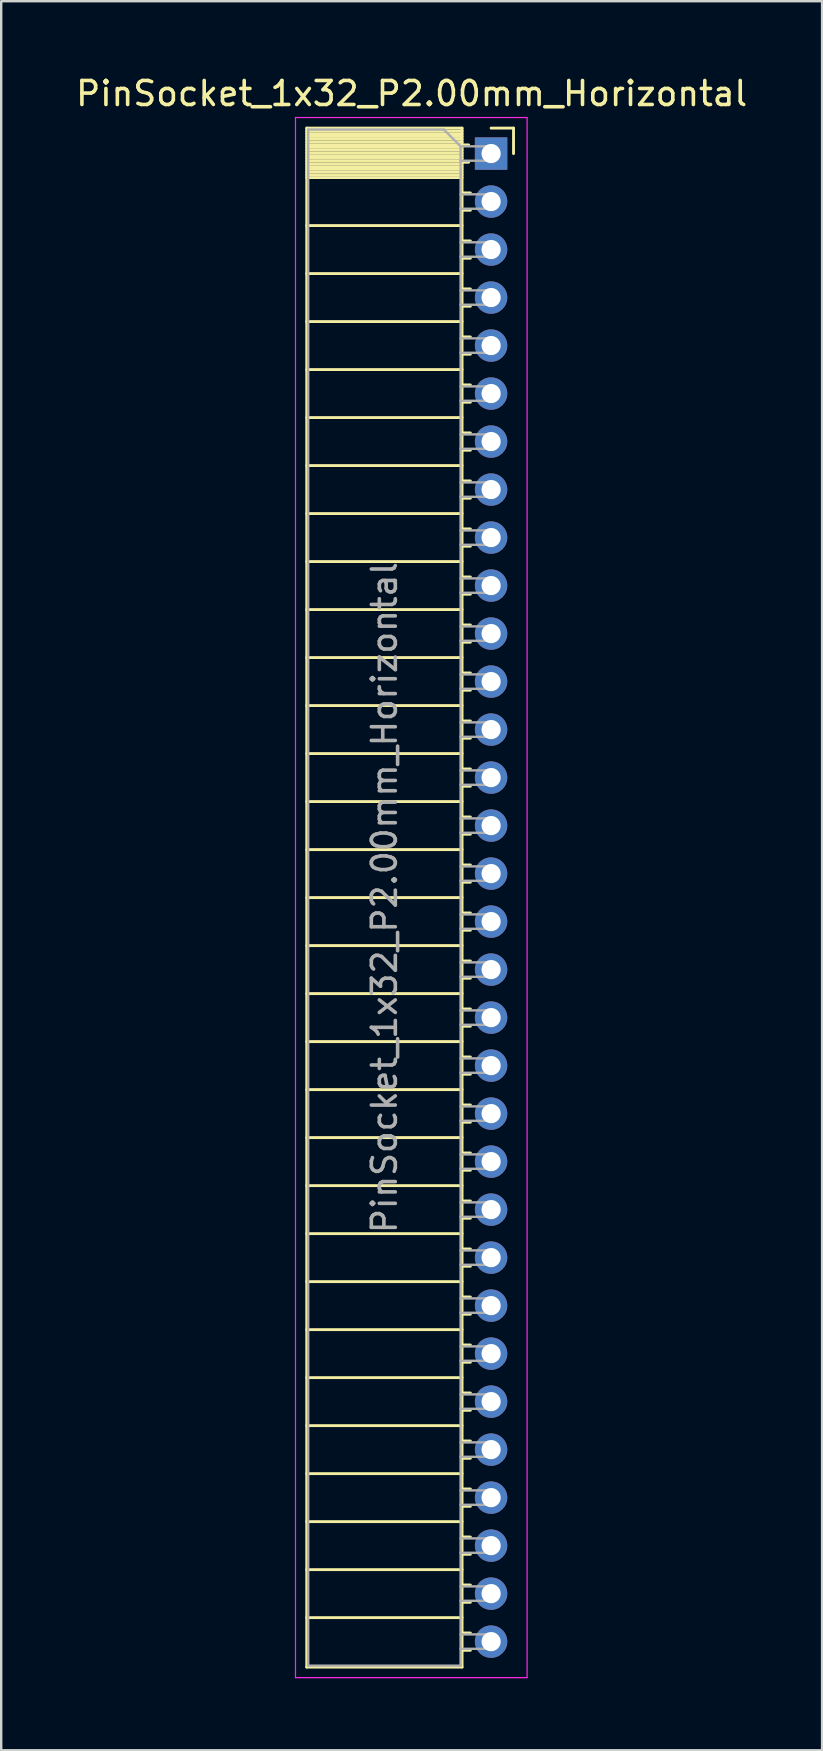
<source format=kicad_pcb>
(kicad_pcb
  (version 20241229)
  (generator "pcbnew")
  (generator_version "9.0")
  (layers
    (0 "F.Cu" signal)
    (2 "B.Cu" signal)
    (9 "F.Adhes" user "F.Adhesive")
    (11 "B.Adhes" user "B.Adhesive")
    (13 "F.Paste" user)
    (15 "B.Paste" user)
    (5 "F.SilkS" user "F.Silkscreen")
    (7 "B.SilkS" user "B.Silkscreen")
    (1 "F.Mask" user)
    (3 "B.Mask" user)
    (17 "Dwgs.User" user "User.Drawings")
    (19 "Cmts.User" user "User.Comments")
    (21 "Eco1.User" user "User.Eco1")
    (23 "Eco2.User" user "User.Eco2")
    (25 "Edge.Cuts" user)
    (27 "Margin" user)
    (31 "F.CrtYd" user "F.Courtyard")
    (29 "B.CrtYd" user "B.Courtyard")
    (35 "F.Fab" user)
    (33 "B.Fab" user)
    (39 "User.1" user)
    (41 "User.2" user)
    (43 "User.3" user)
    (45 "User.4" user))
  (footprint "PinSocket_1x32_P2.00mm_Horizontal"
    (layer "F.Cu")
    (at 17.411 3.348)
    (property "Reference" "PinSocket_1x32_P2.00mm_Horizontal" (at -3.31 -2.5 0) (layer "F.SilkS") (effects (font (size 1 1) (thickness 0.15))))
    (attr through_hole)
    (fp_line (start -7.68 -1.06) (end -7.68 63.06) (stroke (width 0.12) (type solid)) (layer "F.SilkS"))
    (fp_line (start -7.68 -1.06) (end -1.21 -1.06) (stroke (width 0.12) (type solid)) (layer "F.SilkS"))
    (fp_line (start -7.68 -0.94) (end -1.21 -0.94) (stroke (width 0.12) (type solid)) (layer "F.SilkS"))
    (fp_line (start -7.68 -0.826) (end -1.21 -0.826) (stroke (width 0.12) (type solid)) (layer "F.SilkS"))
    (fp_line (start -7.68 -0.712) (end -1.21 -0.712) (stroke (width 0.12) (type solid)) (layer "F.SilkS"))
    (fp_line (start -7.68 -0.598) (end -1.21 -0.598) (stroke (width 0.12) (type solid)) (layer "F.SilkS"))
    (fp_line (start -7.68 -0.484) (end -1.21 -0.484) (stroke (width 0.12) (type solid)) (layer "F.SilkS"))
    (fp_line (start -7.68 -0.369) (end -1.21 -0.369) (stroke (width 0.12) (type solid)) (layer "F.SilkS"))
    (fp_line (start -7.68 -0.255) (end -1.21 -0.255) (stroke (width 0.12) (type solid)) (layer "F.SilkS"))
    (fp_line (start -7.68 -0.141) (end -1.21 -0.141) (stroke (width 0.12) (type solid)) (layer "F.SilkS"))
    (fp_line (start -7.68 -0.027) (end -1.21 -0.027) (stroke (width 0.12) (type solid)) (layer "F.SilkS"))
    (fp_line (start -7.68 0.087) (end -1.21 0.087) (stroke (width 0.12) (type solid)) (layer "F.SilkS"))
    (fp_line (start -7.68 0.201) (end -1.21 0.201) (stroke (width 0.12) (type solid)) (layer "F.SilkS"))
    (fp_line (start -7.68 0.315) (end -1.21 0.315) (stroke (width 0.12) (type solid)) (layer "F.SilkS"))
    (fp_line (start -7.68 0.429) (end -1.21 0.429) (stroke (width 0.12) (type solid)) (layer "F.SilkS"))
    (fp_line (start -7.68 0.544) (end -1.21 0.544) (stroke (width 0.12) (type solid)) (layer "F.SilkS"))
    (fp_line (start -7.68 0.658) (end -1.21 0.658) (stroke (width 0.12) (type solid)) (layer "F.SilkS"))
    (fp_line (start -7.68 0.772) (end -1.21 0.772) (stroke (width 0.12) (type solid)) (layer "F.SilkS"))
    (fp_line (start -7.68 0.886) (end -1.21 0.886) (stroke (width 0.12) (type solid)) (layer "F.SilkS"))
    (fp_line (start -7.68 1) (end -1.21 1) (stroke (width 0.12) (type solid)) (layer "F.SilkS"))
    (fp_line (start -7.68 3) (end -1.21 3) (stroke (width 0.12) (type solid)) (layer "F.SilkS"))
    (fp_line (start -7.68 5) (end -1.21 5) (stroke (width 0.12) (type solid)) (layer "F.SilkS"))
    (fp_line (start -7.68 7) (end -1.21 7) (stroke (width 0.12) (type solid)) (layer "F.SilkS"))
    (fp_line (start -7.68 9) (end -1.21 9) (stroke (width 0.12) (type solid)) (layer "F.SilkS"))
    (fp_line (start -7.68 11) (end -1.21 11) (stroke (width 0.12) (type solid)) (layer "F.SilkS"))
    (fp_line (start -7.68 13) (end -1.21 13) (stroke (width 0.12) (type solid)) (layer "F.SilkS"))
    (fp_line (start -7.68 15) (end -1.21 15) (stroke (width 0.12) (type solid)) (layer "F.SilkS"))
    (fp_line (start -7.68 17) (end -1.21 17) (stroke (width 0.12) (type solid)) (layer "F.SilkS"))
    (fp_line (start -7.68 19) (end -1.21 19) (stroke (width 0.12) (type solid)) (layer "F.SilkS"))
    (fp_line (start -7.68 21) (end -1.21 21) (stroke (width 0.12) (type solid)) (layer "F.SilkS"))
    (fp_line (start -7.68 23) (end -1.21 23) (stroke (width 0.12) (type solid)) (layer "F.SilkS"))
    (fp_line (start -7.68 25) (end -1.21 25) (stroke (width 0.12) (type solid)) (layer "F.SilkS"))
    (fp_line (start -7.68 27) (end -1.21 27) (stroke (width 0.12) (type solid)) (layer "F.SilkS"))
    (fp_line (start -7.68 29) (end -1.21 29) (stroke (width 0.12) (type solid)) (layer "F.SilkS"))
    (fp_line (start -7.68 31) (end -1.21 31) (stroke (width 0.12) (type solid)) (layer "F.SilkS"))
    (fp_line (start -7.68 33) (end -1.21 33) (stroke (width 0.12) (type solid)) (layer "F.SilkS"))
    (fp_line (start -7.68 35) (end -1.21 35) (stroke (width 0.12) (type solid)) (layer "F.SilkS"))
    (fp_line (start -7.68 37) (end -1.21 37) (stroke (width 0.12) (type solid)) (layer "F.SilkS"))
    (fp_line (start -7.68 39) (end -1.21 39) (stroke (width 0.12) (type solid)) (layer "F.SilkS"))
    (fp_line (start -7.68 41) (end -1.21 41) (stroke (width 0.12) (type solid)) (layer "F.SilkS"))
    (fp_line (start -7.68 43) (end -1.21 43) (stroke (width 0.12) (type solid)) (layer "F.SilkS"))
    (fp_line (start -7.68 45) (end -1.21 45) (stroke (width 0.12) (type solid)) (layer "F.SilkS"))
    (fp_line (start -7.68 47) (end -1.21 47) (stroke (width 0.12) (type solid)) (layer "F.SilkS"))
    (fp_line (start -7.68 49) (end -1.21 49) (stroke (width 0.12) (type solid)) (layer "F.SilkS"))
    (fp_line (start -7.68 51) (end -1.21 51) (stroke (width 0.12) (type solid)) (layer "F.SilkS"))
    (fp_line (start -7.68 53) (end -1.21 53) (stroke (width 0.12) (type solid)) (layer "F.SilkS"))
    (fp_line (start -7.68 55) (end -1.21 55) (stroke (width 0.12) (type solid)) (layer "F.SilkS"))
    (fp_line (start -7.68 57) (end -1.21 57) (stroke (width 0.12) (type solid)) (layer "F.SilkS"))
    (fp_line (start -7.68 59) (end -1.21 59) (stroke (width 0.12) (type solid)) (layer "F.SilkS"))
    (fp_line (start -7.68 61) (end -1.21 61) (stroke (width 0.12) (type solid)) (layer "F.SilkS"))
    (fp_line (start -7.68 63.06) (end -1.21 63.06) (stroke (width 0.12) (type solid)) (layer "F.SilkS"))
    (fp_line (start -1.21 -1.06) (end -1.21 63.06) (stroke (width 0.12) (type solid)) (layer "F.SilkS"))
    (fp_line (start -1.21 -0.36) (end -0.935 -0.36) (stroke (width 0.12) (type solid)) (layer "F.SilkS"))
    (fp_line (start -1.21 0.36) (end -0.935 0.36) (stroke (width 0.12) (type solid)) (layer "F.SilkS"))
    (fp_line (start -1.21 1.64) (end -0.863 1.64) (stroke (width 0.12) (type solid)) (layer "F.SilkS"))
    (fp_line (start -1.21 2.36) (end -0.863 2.36) (stroke (width 0.12) (type solid)) (layer "F.SilkS"))
    (fp_line (start -1.21 3.64) (end -0.863 3.64) (stroke (width 0.12) (type solid)) (layer "F.SilkS"))
    (fp_line (start -1.21 4.36) (end -0.863 4.36) (stroke (width 0.12) (type solid)) (layer "F.SilkS"))
    (fp_line (start -1.21 5.64) (end -0.863 5.64) (stroke (width 0.12) (type solid)) (layer "F.SilkS"))
    (fp_line (start -1.21 6.36) (end -0.863 6.36) (stroke (width 0.12) (type solid)) (layer "F.SilkS"))
    (fp_line (start -1.21 7.64) (end -0.863 7.64) (stroke (width 0.12) (type solid)) (layer "F.SilkS"))
    (fp_line (start -1.21 8.36) (end -0.863 8.36) (stroke (width 0.12) (type solid)) (layer "F.SilkS"))
    (fp_line (start -1.21 9.64) (end -0.863 9.64) (stroke (width 0.12) (type solid)) (layer "F.SilkS"))
    (fp_line (start -1.21 10.36) (end -0.863 10.36) (stroke (width 0.12) (type solid)) (layer "F.SilkS"))
    (fp_line (start -1.21 11.64) (end -0.863 11.64) (stroke (width 0.12) (type solid)) (layer "F.SilkS"))
    (fp_line (start -1.21 12.36) (end -0.863 12.36) (stroke (width 0.12) (type solid)) (layer "F.SilkS"))
    (fp_line (start -1.21 13.64) (end -0.863 13.64) (stroke (width 0.12) (type solid)) (layer "F.SilkS"))
    (fp_line (start -1.21 14.36) (end -0.863 14.36) (stroke (width 0.12) (type solid)) (layer "F.SilkS"))
    (fp_line (start -1.21 15.64) (end -0.863 15.64) (stroke (width 0.12) (type solid)) (layer "F.SilkS"))
    (fp_line (start -1.21 16.36) (end -0.863 16.36) (stroke (width 0.12) (type solid)) (layer "F.SilkS"))
    (fp_line (start -1.21 17.64) (end -0.863 17.64) (stroke (width 0.12) (type solid)) (layer "F.SilkS"))
    (fp_line (start -1.21 18.36) (end -0.863 18.36) (stroke (width 0.12) (type solid)) (layer "F.SilkS"))
    (fp_line (start -1.21 19.64) (end -0.863 19.64) (stroke (width 0.12) (type solid)) (layer "F.SilkS"))
    (fp_line (start -1.21 20.36) (end -0.863 20.36) (stroke (width 0.12) (type solid)) (layer "F.SilkS"))
    (fp_line (start -1.21 21.64) (end -0.863 21.64) (stroke (width 0.12) (type solid)) (layer "F.SilkS"))
    (fp_line (start -1.21 22.36) (end -0.863 22.36) (stroke (width 0.12) (type solid)) (layer "F.SilkS"))
    (fp_line (start -1.21 23.64) (end -0.863 23.64) (stroke (width 0.12) (type solid)) (layer "F.SilkS"))
    (fp_line (start -1.21 24.36) (end -0.863 24.36) (stroke (width 0.12) (type solid)) (layer "F.SilkS"))
    (fp_line (start -1.21 25.64) (end -0.863 25.64) (stroke (width 0.12) (type solid)) (layer "F.SilkS"))
    (fp_line (start -1.21 26.36) (end -0.863 26.36) (stroke (width 0.12) (type solid)) (layer "F.SilkS"))
    (fp_line (start -1.21 27.64) (end -0.863 27.64) (stroke (width 0.12) (type solid)) (layer "F.SilkS"))
    (fp_line (start -1.21 28.36) (end -0.863 28.36) (stroke (width 0.12) (type solid)) (layer "F.SilkS"))
    (fp_line (start -1.21 29.64) (end -0.863 29.64) (stroke (width 0.12) (type solid)) (layer "F.SilkS"))
    (fp_line (start -1.21 30.36) (end -0.863 30.36) (stroke (width 0.12) (type solid)) (layer "F.SilkS"))
    (fp_line (start -1.21 31.64) (end -0.863 31.64) (stroke (width 0.12) (type solid)) (layer "F.SilkS"))
    (fp_line (start -1.21 32.36) (end -0.863 32.36) (stroke (width 0.12) (type solid)) (layer "F.SilkS"))
    (fp_line (start -1.21 33.64) (end -0.863 33.64) (stroke (width 0.12) (type solid)) (layer "F.SilkS"))
    (fp_line (start -1.21 34.36) (end -0.863 34.36) (stroke (width 0.12) (type solid)) (layer "F.SilkS"))
    (fp_line (start -1.21 35.64) (end -0.863 35.64) (stroke (width 0.12) (type solid)) (layer "F.SilkS"))
    (fp_line (start -1.21 36.36) (end -0.863 36.36) (stroke (width 0.12) (type solid)) (layer "F.SilkS"))
    (fp_line (start -1.21 37.64) (end -0.863 37.64) (stroke (width 0.12) (type solid)) (layer "F.SilkS"))
    (fp_line (start -1.21 38.36) (end -0.863 38.36) (stroke (width 0.12) (type solid)) (layer "F.SilkS"))
    (fp_line (start -1.21 39.64) (end -0.863 39.64) (stroke (width 0.12) (type solid)) (layer "F.SilkS"))
    (fp_line (start -1.21 40.36) (end -0.863 40.36) (stroke (width 0.12) (type solid)) (layer "F.SilkS"))
    (fp_line (start -1.21 41.64) (end -0.863 41.64) (stroke (width 0.12) (type solid)) (layer "F.SilkS"))
    (fp_line (start -1.21 42.36) (end -0.863 42.36) (stroke (width 0.12) (type solid)) (layer "F.SilkS"))
    (fp_line (start -1.21 43.64) (end -0.863 43.64) (stroke (width 0.12) (type solid)) (layer "F.SilkS"))
    (fp_line (start -1.21 44.36) (end -0.863 44.36) (stroke (width 0.12) (type solid)) (layer "F.SilkS"))
    (fp_line (start -1.21 45.64) (end -0.863 45.64) (stroke (width 0.12) (type solid)) (layer "F.SilkS"))
    (fp_line (start -1.21 46.36) (end -0.863 46.36) (stroke (width 0.12) (type solid)) (layer "F.SilkS"))
    (fp_line (start -1.21 47.64) (end -0.863 47.64) (stroke (width 0.12) (type solid)) (layer "F.SilkS"))
    (fp_line (start -1.21 48.36) (end -0.863 48.36) (stroke (width 0.12) (type solid)) (layer "F.SilkS"))
    (fp_line (start -1.21 49.64) (end -0.863 49.64) (stroke (width 0.12) (type solid)) (layer "F.SilkS"))
    (fp_line (start -1.21 50.36) (end -0.863 50.36) (stroke (width 0.12) (type solid)) (layer "F.SilkS"))
    (fp_line (start -1.21 51.64) (end -0.863 51.64) (stroke (width 0.12) (type solid)) (layer "F.SilkS"))
    (fp_line (start -1.21 52.36) (end -0.863 52.36) (stroke (width 0.12) (type solid)) (layer "F.SilkS"))
    (fp_line (start -1.21 53.64) (end -0.863 53.64) (stroke (width 0.12) (type solid)) (layer "F.SilkS"))
    (fp_line (start -1.21 54.36) (end -0.863 54.36) (stroke (width 0.12) (type solid)) (layer "F.SilkS"))
    (fp_line (start -1.21 55.64) (end -0.863 55.64) (stroke (width 0.12) (type solid)) (layer "F.SilkS"))
    (fp_line (start -1.21 56.36) (end -0.863 56.36) (stroke (width 0.12) (type solid)) (layer "F.SilkS"))
    (fp_line (start -1.21 57.64) (end -0.863 57.64) (stroke (width 0.12) (type solid)) (layer "F.SilkS"))
    (fp_line (start -1.21 58.36) (end -0.863 58.36) (stroke (width 0.12) (type solid)) (layer "F.SilkS"))
    (fp_line (start -1.21 59.64) (end -0.863 59.64) (stroke (width 0.12) (type solid)) (layer "F.SilkS"))
    (fp_line (start -1.21 60.36) (end -0.863 60.36) (stroke (width 0.12) (type solid)) (layer "F.SilkS"))
    (fp_line (start -1.21 61.64) (end -0.863 61.64) (stroke (width 0.12) (type solid)) (layer "F.SilkS"))
    (fp_line (start -1.21 62.36) (end -0.863 62.36) (stroke (width 0.12) (type solid)) (layer "F.SilkS"))
    (fp_line (start 0 -1.06) (end 0.935 -1.06) (stroke (width 0.12) (type solid)) (layer "F.SilkS"))
    (fp_line (start 0.935 -1.06) (end 0.935 0) (stroke (width 0.12) (type solid)) (layer "F.SilkS"))
    (fp_line (start -8.15 -1.5) (end -8.15 63.5) (stroke (width 0.05) (type solid)) (layer "F.CrtYd"))
    (fp_line (start -8.15 63.5) (end 1.5 63.5) (stroke (width 0.05) (type solid)) (layer "F.CrtYd"))
    (fp_line (start 1.5 -1.5) (end -8.15 -1.5) (stroke (width 0.05) (type solid)) (layer "F.CrtYd"))
    (fp_line (start 1.5 63.5) (end 1.5 -1.5) (stroke (width 0.05) (type solid)) (layer "F.CrtYd"))
    (fp_line (start -7.62 -1) (end -1.97 -1) (stroke (width 0.1) (type solid)) (layer "F.Fab"))
    (fp_line (start -7.62 63) (end -7.62 -1) (stroke (width 0.1) (type solid)) (layer "F.Fab"))
    (fp_line (start -1.97 -1) (end -1.27 -0.3) (stroke (width 0.1) (type solid)) (layer "F.Fab"))
    (fp_line (start -1.27 -0.3) (end -1.27 63) (stroke (width 0.1) (type solid)) (layer "F.Fab"))
    (fp_line (start -1.27 0.3) (end 0 0.3) (stroke (width 0.1) (type solid)) (layer "F.Fab"))
    (fp_line (start -1.27 2.3) (end 0 2.3) (stroke (width 0.1) (type solid)) (layer "F.Fab"))
    (fp_line (start -1.27 4.3) (end 0 4.3) (stroke (width 0.1) (type solid)) (layer "F.Fab"))
    (fp_line (start -1.27 6.3) (end 0 6.3) (stroke (width 0.1) (type solid)) (layer "F.Fab"))
    (fp_line (start -1.27 8.3) (end 0 8.3) (stroke (width 0.1) (type solid)) (layer "F.Fab"))
    (fp_line (start -1.27 10.3) (end 0 10.3) (stroke (width 0.1) (type solid)) (layer "F.Fab"))
    (fp_line (start -1.27 12.3) (end 0 12.3) (stroke (width 0.1) (type solid)) (layer "F.Fab"))
    (fp_line (start -1.27 14.3) (end 0 14.3) (stroke (width 0.1) (type solid)) (layer "F.Fab"))
    (fp_line (start -1.27 16.3) (end 0 16.3) (stroke (width 0.1) (type solid)) (layer "F.Fab"))
    (fp_line (start -1.27 18.3) (end 0 18.3) (stroke (width 0.1) (type solid)) (layer "F.Fab"))
    (fp_line (start -1.27 20.3) (end 0 20.3) (stroke (width 0.1) (type solid)) (layer "F.Fab"))
    (fp_line (start -1.27 22.3) (end 0 22.3) (stroke (width 0.1) (type solid)) (layer "F.Fab"))
    (fp_line (start -1.27 24.3) (end 0 24.3) (stroke (width 0.1) (type solid)) (layer "F.Fab"))
    (fp_line (start -1.27 26.3) (end 0 26.3) (stroke (width 0.1) (type solid)) (layer "F.Fab"))
    (fp_line (start -1.27 28.3) (end 0 28.3) (stroke (width 0.1) (type solid)) (layer "F.Fab"))
    (fp_line (start -1.27 30.3) (end 0 30.3) (stroke (width 0.1) (type solid)) (layer "F.Fab"))
    (fp_line (start -1.27 32.3) (end 0 32.3) (stroke (width 0.1) (type solid)) (layer "F.Fab"))
    (fp_line (start -1.27 34.3) (end 0 34.3) (stroke (width 0.1) (type solid)) (layer "F.Fab"))
    (fp_line (start -1.27 36.3) (end 0 36.3) (stroke (width 0.1) (type solid)) (layer "F.Fab"))
    (fp_line (start -1.27 38.3) (end 0 38.3) (stroke (width 0.1) (type solid)) (layer "F.Fab"))
    (fp_line (start -1.27 40.3) (end 0 40.3) (stroke (width 0.1) (type solid)) (layer "F.Fab"))
    (fp_line (start -1.27 42.3) (end 0 42.3) (stroke (width 0.1) (type solid)) (layer "F.Fab"))
    (fp_line (start -1.27 44.3) (end 0 44.3) (stroke (width 0.1) (type solid)) (layer "F.Fab"))
    (fp_line (start -1.27 46.3) (end 0 46.3) (stroke (width 0.1) (type solid)) (layer "F.Fab"))
    (fp_line (start -1.27 48.3) (end 0 48.3) (stroke (width 0.1) (type solid)) (layer "F.Fab"))
    (fp_line (start -1.27 50.3) (end 0 50.3) (stroke (width 0.1) (type solid)) (layer "F.Fab"))
    (fp_line (start -1.27 52.3) (end 0 52.3) (stroke (width 0.1) (type solid)) (layer "F.Fab"))
    (fp_line (start -1.27 54.3) (end 0 54.3) (stroke (width 0.1) (type solid)) (layer "F.Fab"))
    (fp_line (start -1.27 56.3) (end 0 56.3) (stroke (width 0.1) (type solid)) (layer "F.Fab"))
    (fp_line (start -1.27 58.3) (end 0 58.3) (stroke (width 0.1) (type solid)) (layer "F.Fab"))
    (fp_line (start -1.27 60.3) (end 0 60.3) (stroke (width 0.1) (type solid)) (layer "F.Fab"))
    (fp_line (start -1.27 62.3) (end 0 62.3) (stroke (width 0.1) (type solid)) (layer "F.Fab"))
    (fp_line (start -1.27 63) (end -7.62 63) (stroke (width 0.1) (type solid)) (layer "F.Fab"))
    (fp_line (start 0 -0.3) (end -1.27 -0.3) (stroke (width 0.1) (type solid)) (layer "F.Fab"))
    (fp_line (start 0 0.3) (end 0 -0.3) (stroke (width 0.1) (type solid)) (layer "F.Fab"))
    (fp_line (start 0 1.7) (end -1.27 1.7) (stroke (width 0.1) (type solid)) (layer "F.Fab"))
    (fp_line (start 0 2.3) (end 0 1.7) (stroke (width 0.1) (type solid)) (layer "F.Fab"))
    (fp_line (start 0 3.7) (end -1.27 3.7) (stroke (width 0.1) (type solid)) (layer "F.Fab"))
    (fp_line (start 0 4.3) (end 0 3.7) (stroke (width 0.1) (type solid)) (layer "F.Fab"))
    (fp_line (start 0 5.7) (end -1.27 5.7) (stroke (width 0.1) (type solid)) (layer "F.Fab"))
    (fp_line (start 0 6.3) (end 0 5.7) (stroke (width 0.1) (type solid)) (layer "F.Fab"))
    (fp_line (start 0 7.7) (end -1.27 7.7) (stroke (width 0.1) (type solid)) (layer "F.Fab"))
    (fp_line (start 0 8.3) (end 0 7.7) (stroke (width 0.1) (type solid)) (layer "F.Fab"))
    (fp_line (start 0 9.7) (end -1.27 9.7) (stroke (width 0.1) (type solid)) (layer "F.Fab"))
    (fp_line (start 0 10.3) (end 0 9.7) (stroke (width 0.1) (type solid)) (layer "F.Fab"))
    (fp_line (start 0 11.7) (end -1.27 11.7) (stroke (width 0.1) (type solid)) (layer "F.Fab"))
    (fp_line (start 0 12.3) (end 0 11.7) (stroke (width 0.1) (type solid)) (layer "F.Fab"))
    (fp_line (start 0 13.7) (end -1.27 13.7) (stroke (width 0.1) (type solid)) (layer "F.Fab"))
    (fp_line (start 0 14.3) (end 0 13.7) (stroke (width 0.1) (type solid)) (layer "F.Fab"))
    (fp_line (start 0 15.7) (end -1.27 15.7) (stroke (width 0.1) (type solid)) (layer "F.Fab"))
    (fp_line (start 0 16.3) (end 0 15.7) (stroke (width 0.1) (type solid)) (layer "F.Fab"))
    (fp_line (start 0 17.7) (end -1.27 17.7) (stroke (width 0.1) (type solid)) (layer "F.Fab"))
    (fp_line (start 0 18.3) (end 0 17.7) (stroke (width 0.1) (type solid)) (layer "F.Fab"))
    (fp_line (start 0 19.7) (end -1.27 19.7) (stroke (width 0.1) (type solid)) (layer "F.Fab"))
    (fp_line (start 0 20.3) (end 0 19.7) (stroke (width 0.1) (type solid)) (layer "F.Fab"))
    (fp_line (start 0 21.7) (end -1.27 21.7) (stroke (width 0.1) (type solid)) (layer "F.Fab"))
    (fp_line (start 0 22.3) (end 0 21.7) (stroke (width 0.1) (type solid)) (layer "F.Fab"))
    (fp_line (start 0 23.7) (end -1.27 23.7) (stroke (width 0.1) (type solid)) (layer "F.Fab"))
    (fp_line (start 0 24.3) (end 0 23.7) (stroke (width 0.1) (type solid)) (layer "F.Fab"))
    (fp_line (start 0 25.7) (end -1.27 25.7) (stroke (width 0.1) (type solid)) (layer "F.Fab"))
    (fp_line (start 0 26.3) (end 0 25.7) (stroke (width 0.1) (type solid)) (layer "F.Fab"))
    (fp_line (start 0 27.7) (end -1.27 27.7) (stroke (width 0.1) (type solid)) (layer "F.Fab"))
    (fp_line (start 0 28.3) (end 0 27.7) (stroke (width 0.1) (type solid)) (layer "F.Fab"))
    (fp_line (start 0 29.7) (end -1.27 29.7) (stroke (width 0.1) (type solid)) (layer "F.Fab"))
    (fp_line (start 0 30.3) (end 0 29.7) (stroke (width 0.1) (type solid)) (layer "F.Fab"))
    (fp_line (start 0 31.7) (end -1.27 31.7) (stroke (width 0.1) (type solid)) (layer "F.Fab"))
    (fp_line (start 0 32.3) (end 0 31.7) (stroke (width 0.1) (type solid)) (layer "F.Fab"))
    (fp_line (start 0 33.7) (end -1.27 33.7) (stroke (width 0.1) (type solid)) (layer "F.Fab"))
    (fp_line (start 0 34.3) (end 0 33.7) (stroke (width 0.1) (type solid)) (layer "F.Fab"))
    (fp_line (start 0 35.7) (end -1.27 35.7) (stroke (width 0.1) (type solid)) (layer "F.Fab"))
    (fp_line (start 0 36.3) (end 0 35.7) (stroke (width 0.1) (type solid)) (layer "F.Fab"))
    (fp_line (start 0 37.7) (end -1.27 37.7) (stroke (width 0.1) (type solid)) (layer "F.Fab"))
    (fp_line (start 0 38.3) (end 0 37.7) (stroke (width 0.1) (type solid)) (layer "F.Fab"))
    (fp_line (start 0 39.7) (end -1.27 39.7) (stroke (width 0.1) (type solid)) (layer "F.Fab"))
    (fp_line (start 0 40.3) (end 0 39.7) (stroke (width 0.1) (type solid)) (layer "F.Fab"))
    (fp_line (start 0 41.7) (end -1.27 41.7) (stroke (width 0.1) (type solid)) (layer "F.Fab"))
    (fp_line (start 0 42.3) (end 0 41.7) (stroke (width 0.1) (type solid)) (layer "F.Fab"))
    (fp_line (start 0 43.7) (end -1.27 43.7) (stroke (width 0.1) (type solid)) (layer "F.Fab"))
    (fp_line (start 0 44.3) (end 0 43.7) (stroke (width 0.1) (type solid)) (layer "F.Fab"))
    (fp_line (start 0 45.7) (end -1.27 45.7) (stroke (width 0.1) (type solid)) (layer "F.Fab"))
    (fp_line (start 0 46.3) (end 0 45.7) (stroke (width 0.1) (type solid)) (layer "F.Fab"))
    (fp_line (start 0 47.7) (end -1.27 47.7) (stroke (width 0.1) (type solid)) (layer "F.Fab"))
    (fp_line (start 0 48.3) (end 0 47.7) (stroke (width 0.1) (type solid)) (layer "F.Fab"))
    (fp_line (start 0 49.7) (end -1.27 49.7) (stroke (width 0.1) (type solid)) (layer "F.Fab"))
    (fp_line (start 0 50.3) (end 0 49.7) (stroke (width 0.1) (type solid)) (layer "F.Fab"))
    (fp_line (start 0 51.7) (end -1.27 51.7) (stroke (width 0.1) (type solid)) (layer "F.Fab"))
    (fp_line (start 0 52.3) (end 0 51.7) (stroke (width 0.1) (type solid)) (layer "F.Fab"))
    (fp_line (start 0 53.7) (end -1.27 53.7) (stroke (width 0.1) (type solid)) (layer "F.Fab"))
    (fp_line (start 0 54.3) (end 0 53.7) (stroke (width 0.1) (type solid)) (layer "F.Fab"))
    (fp_line (start 0 55.7) (end -1.27 55.7) (stroke (width 0.1) (type solid)) (layer "F.Fab"))
    (fp_line (start 0 56.3) (end 0 55.7) (stroke (width 0.1) (type solid)) (layer "F.Fab"))
    (fp_line (start 0 57.7) (end -1.27 57.7) (stroke (width 0.1) (type solid)) (layer "F.Fab"))
    (fp_line (start 0 58.3) (end 0 57.7) (stroke (width 0.1) (type solid)) (layer "F.Fab"))
    (fp_line (start 0 59.7) (end -1.27 59.7) (stroke (width 0.1) (type solid)) (layer "F.Fab"))
    (fp_line (start 0 60.3) (end 0 59.7) (stroke (width 0.1) (type solid)) (layer "F.Fab"))
    (fp_line (start 0 61.7) (end -1.27 61.7) (stroke (width 0.1) (type solid)) (layer "F.Fab"))
    (fp_line (start 0 62.3) (end 0 61.7) (stroke (width 0.1) (type solid)) (layer "F.Fab"))
    (fp_text user "${REFERENCE}" (at -4.445 31 90) (layer "F.Fab") (effects (font (size 1 1) (thickness 0.15))))
    (pad "1" thru_hole rect (at 0 0) (size 1.35 1.35) (drill 0.8) (layers "*.Cu" "*.Mask"))
    (pad "2" thru_hole circle (at 0 2) (size 1.35 1.35) (drill 0.8) (layers "*.Cu" "*.Mask"))
    (pad "3" thru_hole circle (at 0 4) (size 1.35 1.35) (drill 0.8) (layers "*.Cu" "*.Mask"))
    (pad "4" thru_hole circle (at 0 6) (size 1.35 1.35) (drill 0.8) (layers "*.Cu" "*.Mask"))
    (pad "5" thru_hole circle (at 0 8) (size 1.35 1.35) (drill 0.8) (layers "*.Cu" "*.Mask"))
    (pad "6" thru_hole circle (at 0 10) (size 1.35 1.35) (drill 0.8) (layers "*.Cu" "*.Mask"))
    (pad "7" thru_hole circle (at 0 12) (size 1.35 1.35) (drill 0.8) (layers "*.Cu" "*.Mask"))
    (pad "8" thru_hole circle (at 0 14) (size 1.35 1.35) (drill 0.8) (layers "*.Cu" "*.Mask"))
    (pad "9" thru_hole circle (at 0 16) (size 1.35 1.35) (drill 0.8) (layers "*.Cu" "*.Mask"))
    (pad "10" thru_hole circle (at 0 18) (size 1.35 1.35) (drill 0.8) (layers "*.Cu" "*.Mask"))
    (pad "11" thru_hole circle (at 0 20) (size 1.35 1.35) (drill 0.8) (layers "*.Cu" "*.Mask"))
    (pad "12" thru_hole circle (at 0 22) (size 1.35 1.35) (drill 0.8) (layers "*.Cu" "*.Mask"))
    (pad "13" thru_hole circle (at 0 24) (size 1.35 1.35) (drill 0.8) (layers "*.Cu" "*.Mask"))
    (pad "14" thru_hole circle (at 0 26) (size 1.35 1.35) (drill 0.8) (layers "*.Cu" "*.Mask"))
    (pad "15" thru_hole circle (at 0 28) (size 1.35 1.35) (drill 0.8) (layers "*.Cu" "*.Mask"))
    (pad "16" thru_hole circle (at 0 30) (size 1.35 1.35) (drill 0.8) (layers "*.Cu" "*.Mask"))
    (pad "17" thru_hole circle (at 0 32) (size 1.35 1.35) (drill 0.8) (layers "*.Cu" "*.Mask"))
    (pad "18" thru_hole circle (at 0 34) (size 1.35 1.35) (drill 0.8) (layers "*.Cu" "*.Mask"))
    (pad "19" thru_hole circle (at 0 36) (size 1.35 1.35) (drill 0.8) (layers "*.Cu" "*.Mask"))
    (pad "20" thru_hole circle (at 0 38) (size 1.35 1.35) (drill 0.8) (layers "*.Cu" "*.Mask"))
    (pad "21" thru_hole circle (at 0 40) (size 1.35 1.35) (drill 0.8) (layers "*.Cu" "*.Mask"))
    (pad "22" thru_hole circle (at 0 42) (size 1.35 1.35) (drill 0.8) (layers "*.Cu" "*.Mask"))
    (pad "23" thru_hole circle (at 0 44) (size 1.35 1.35) (drill 0.8) (layers "*.Cu" "*.Mask"))
    (pad "24" thru_hole circle (at 0 46) (size 1.35 1.35) (drill 0.8) (layers "*.Cu" "*.Mask"))
    (pad "25" thru_hole circle (at 0 48) (size 1.35 1.35) (drill 0.8) (layers "*.Cu" "*.Mask"))
    (pad "26" thru_hole circle (at 0 50) (size 1.35 1.35) (drill 0.8) (layers "*.Cu" "*.Mask"))
    (pad "27" thru_hole circle (at 0 52) (size 1.35 1.35) (drill 0.8) (layers "*.Cu" "*.Mask"))
    (pad "28" thru_hole circle (at 0 54) (size 1.35 1.35) (drill 0.8) (layers "*.Cu" "*.Mask"))
    (pad "29" thru_hole circle (at 0 56) (size 1.35 1.35) (drill 0.8) (layers "*.Cu" "*.Mask"))
    (pad "30" thru_hole circle (at 0 58) (size 1.35 1.35) (drill 0.8) (layers "*.Cu" "*.Mask"))
    (pad "31" thru_hole circle (at 0 60) (size 1.35 1.35) (drill 0.8) (layers "*.Cu" "*.Mask"))
    (pad "32" thru_hole circle (at 0 62) (size 1.35 1.35) (drill 0.8) (layers "*.Cu" "*.Mask")))
  (gr_rect
    (start -3 -3)
    (end 31.202 69.873)
    (stroke (width 0.1) (type default))
    (fill no)
    (layer "Edge.Cuts")))
</source>
